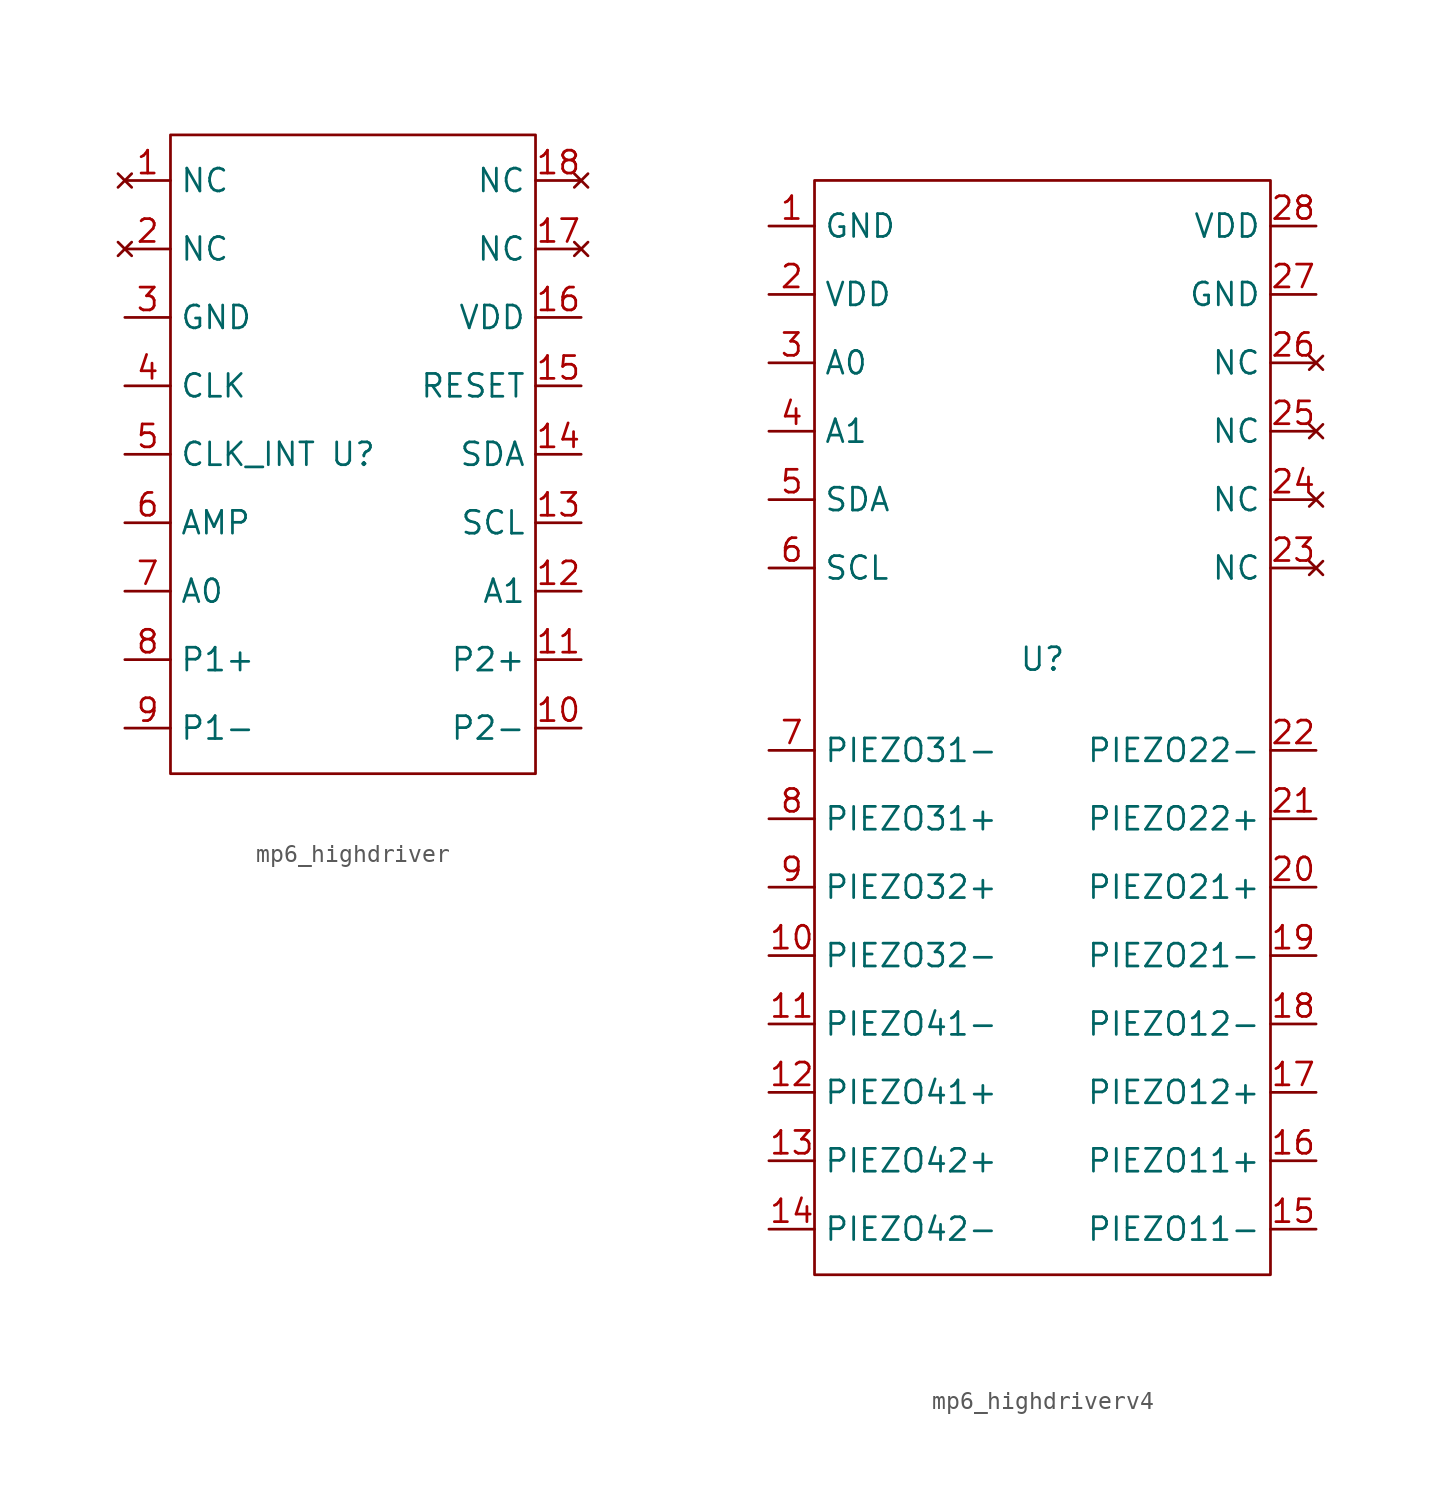
<source format=kicad_sym>
(kicad_symbol_lib
  (version 20231120)
  (generator "kicad_symbol_editor")
  (generator_version "8.0")
  (symbol "mp6_highdriver"
    (property "Reference" "U"
      (at 0 0 0)
      (effects (font (size 1.27 1.27))))
    (property "Value" ""
      (at -3.81 5.08 0)
      (effects (font (size 1.27 1.27))))
    (symbol "mp6_highdriver_0_1"
      (rectangle (start -10.16 17.78) (end 10.16 -17.78) (stroke (width 0) (type default)) (fill (type none))))
    (symbol "mp6_highdriver_1_1"
      (pin no_connect line (at -12.7 15.24 0) (length 2.54) (name "NC" (effects (font (size 1.27 1.27)))) (number "1" (effects (font (size 1.27 1.27)))))
      (pin output line (at 12.7 -15.24 180) (length 2.54) (name "P2-" (effects (font (size 1.27 1.27)))) (number "10" (effects (font (size 1.27 1.27)))))
      (pin output line (at 12.7 -11.43 180) (length 2.54) (name "P2+" (effects (font (size 1.27 1.27)))) (number "11" (effects (font (size 1.27 1.27)))))
      (pin input line (at 12.7 -7.62 180) (length 2.54) (name "A1" (effects (font (size 1.27 1.27)))) (number "12" (effects (font (size 1.27 1.27)))))
      (pin output line (at 12.7 -3.81 180) (length 2.54) (name "SCL" (effects (font (size 1.27 1.27)))) (number "13" (effects (font (size 1.27 1.27)))))
      (pin output line (at 12.7 0 180) (length 2.54) (name "SDA" (effects (font (size 1.27 1.27)))) (number "14" (effects (font (size 1.27 1.27)))))
      (pin input line (at 12.7 3.81 180) (length 2.54) (name "RESET" (effects (font (size 1.27 1.27)))) (number "15" (effects (font (size 1.27 1.27)))))
      (pin input line (at 12.7 7.62 180) (length 2.54) (name "VDD" (effects (font (size 1.27 1.27)))) (number "16" (effects (font (size 1.27 1.27)))))
      (pin no_connect line (at 12.7 11.43 180) (length 2.54) (name "NC" (effects (font (size 1.27 1.27)))) (number "17" (effects (font (size 1.27 1.27)))))
      (pin no_connect line (at 12.7 15.24 180) (length 2.54) (name "NC" (effects (font (size 1.27 1.27)))) (number "18" (effects (font (size 1.27 1.27)))))
      (pin no_connect line (at -12.7 11.43 0) (length 2.54) (name "NC" (effects (font (size 1.27 1.27)))) (number "2" (effects (font (size 1.27 1.27)))))
      (pin output line (at -12.7 7.62 0) (length 2.54) (name "GND" (effects (font (size 1.27 1.27)))) (number "3" (effects (font (size 1.27 1.27)))))
      (pin input line (at -12.7 3.81 0) (length 2.54) (name "CLK" (effects (font (size 1.27 1.27)))) (number "4" (effects (font (size 1.27 1.27)))))
      (pin input line (at -12.7 0 0) (length 2.54) (name "CLK_INT" (effects (font (size 1.27 1.27)))) (number "5" (effects (font (size 1.27 1.27)))))
      (pin input line (at -12.7 -3.81 0) (length 2.54) (name "AMP" (effects (font (size 1.27 1.27)))) (number "6" (effects (font (size 1.27 1.27)))))
      (pin input line (at -12.7 -7.62 0) (length 2.54) (name "A0" (effects (font (size 1.27 1.27)))) (number "7" (effects (font (size 1.27 1.27)))))
      (pin output line (at -12.7 -11.43 0) (length 2.54) (name "P1+" (effects (font (size 1.27 1.27)))) (number "8" (effects (font (size 1.27 1.27)))))
      (pin output line (at -12.7 -15.24 0) (length 2.54) (name "P1-" (effects (font (size 1.27 1.27)))) (number "9" (effects (font (size 1.27 1.27)))))))
  (symbol "mp6_highdriverv4"
    (property "Reference" "U"
      (at 0 0 0)
      (effects (font (size 1.27 1.27))))
    (property "Value" ""
      (at -2.54 6.35 0)
      (effects (font (size 1.27 1.27))))
    (symbol "mp6_highdriverv4_0_1"
      (rectangle (start -12.7 26.67) (end 12.7 -34.29) (stroke (width 0) (type default)) (fill (type none))))
    (symbol "mp6_highdriverv4_1_1"
      (pin power_out line (at -15.24 24.13 0) (length 2.54) (name "GND" (effects (font (size 1.27 1.27)))) (number "1" (effects (font (size 1.27 1.27)))))
      (pin output line (at -15.24 -16.51 0) (length 2.54) (name "PIEZO32-" (effects (font (size 1.27 1.27)))) (number "10" (effects (font (size 1.27 1.27)))))
      (pin output line (at -15.24 -20.32 0) (length 2.54) (name "PIEZO41-" (effects (font (size 1.27 1.27)))) (number "11" (effects (font (size 1.27 1.27)))))
      (pin output line (at -15.24 -24.13 0) (length 2.54) (name "PIEZO41+" (effects (font (size 1.27 1.27)))) (number "12" (effects (font (size 1.27 1.27)))))
      (pin output line (at -15.24 -27.94 0) (length 2.54) (name "PIEZO42+" (effects (font (size 1.27 1.27)))) (number "13" (effects (font (size 1.27 1.27)))))
      (pin output line (at -15.24 -31.75 0) (length 2.54) (name "PIEZO42-" (effects (font (size 1.27 1.27)))) (number "14" (effects (font (size 1.27 1.27)))))
      (pin output line (at 15.24 -31.75 180) (length 2.54) (name "PIEZO11-" (effects (font (size 1.27 1.27)))) (number "15" (effects (font (size 1.27 1.27)))))
      (pin output line (at 15.24 -27.94 180) (length 2.54) (name "PIEZO11+" (effects (font (size 1.27 1.27)))) (number "16" (effects (font (size 1.27 1.27)))))
      (pin output line (at 15.24 -24.13 180) (length 2.54) (name "PIEZO12+" (effects (font (size 1.27 1.27)))) (number "17" (effects (font (size 1.27 1.27)))))
      (pin output line (at 15.24 -20.32 180) (length 2.54) (name "PIEZO12-" (effects (font (size 1.27 1.27)))) (number "18" (effects (font (size 1.27 1.27)))))
      (pin output line (at 15.24 -16.51 180) (length 2.54) (name "PIEZO21-" (effects (font (size 1.27 1.27)))) (number "19" (effects (font (size 1.27 1.27)))))
      (pin power_in line (at -15.24 20.32 0) (length 2.54) (name "VDD" (effects (font (size 1.27 1.27)))) (number "2" (effects (font (size 1.27 1.27)))))
      (pin output line (at 15.24 -12.7 180) (length 2.54) (name "PIEZO21+" (effects (font (size 1.27 1.27)))) (number "20" (effects (font (size 1.27 1.27)))))
      (pin output line (at 15.24 -8.89 180) (length 2.54) (name "PIEZO22+" (effects (font (size 1.27 1.27)))) (number "21" (effects (font (size 1.27 1.27)))))
      (pin output line (at 15.24 -5.08 180) (length 2.54) (name "PIEZO22-" (effects (font (size 1.27 1.27)))) (number "22" (effects (font (size 1.27 1.27)))))
      (pin no_connect line (at 15.24 5.08 180) (length 2.54) (name "NC" (effects (font (size 1.27 1.27)))) (number "23" (effects (font (size 1.27 1.27)))))
      (pin no_connect line (at 15.24 8.89 180) (length 2.54) (name "NC" (effects (font (size 1.27 1.27)))) (number "24" (effects (font (size 1.27 1.27)))))
      (pin no_connect line (at 15.24 12.7 180) (length 2.54) (name "NC" (effects (font (size 1.27 1.27)))) (number "25" (effects (font (size 1.27 1.27)))))
      (pin no_connect line (at 15.24 16.51 180) (length 2.54) (name "NC" (effects (font (size 1.27 1.27)))) (number "26" (effects (font (size 1.27 1.27)))))
      (pin power_out line (at 15.24 20.32 180) (length 2.54) (name "GND" (effects (font (size 1.27 1.27)))) (number "27" (effects (font (size 1.27 1.27)))))
      (pin power_in line (at 15.24 24.13 180) (length 2.54) (name "VDD" (effects (font (size 1.27 1.27)))) (number "28" (effects (font (size 1.27 1.27)))))
      (pin input line (at -15.24 16.51 0) (length 2.54) (name "A0" (effects (font (size 1.27 1.27)))) (number "3" (effects (font (size 1.27 1.27)))))
      (pin input line (at -15.24 12.7 0) (length 2.54) (name "A1" (effects (font (size 1.27 1.27)))) (number "4" (effects (font (size 1.27 1.27)))))
      (pin input line (at -15.24 8.89 0) (length 2.54) (name "SDA" (effects (font (size 1.27 1.27)))) (number "5" (effects (font (size 1.27 1.27)))))
      (pin input line (at -15.24 5.08 0) (length 2.54) (name "SCL" (effects (font (size 1.27 1.27)))) (number "6" (effects (font (size 1.27 1.27)))))
      (pin output line (at -15.24 -5.08 0) (length 2.54) (name "PIEZO31-" (effects (font (size 1.27 1.27)))) (number "7" (effects (font (size 1.27 1.27)))))
      (pin output line (at -15.24 -8.89 0) (length 2.54) (name "PIEZO31+" (effects (font (size 1.27 1.27)))) (number "8" (effects (font (size 1.27 1.27)))))
      (pin output line (at -15.24 -12.7 0) (length 2.54) (name "PIEZO32+" (effects (font (size 1.27 1.27)))) (number "9" (effects (font (size 1.27 1.27))))))))
</source>
